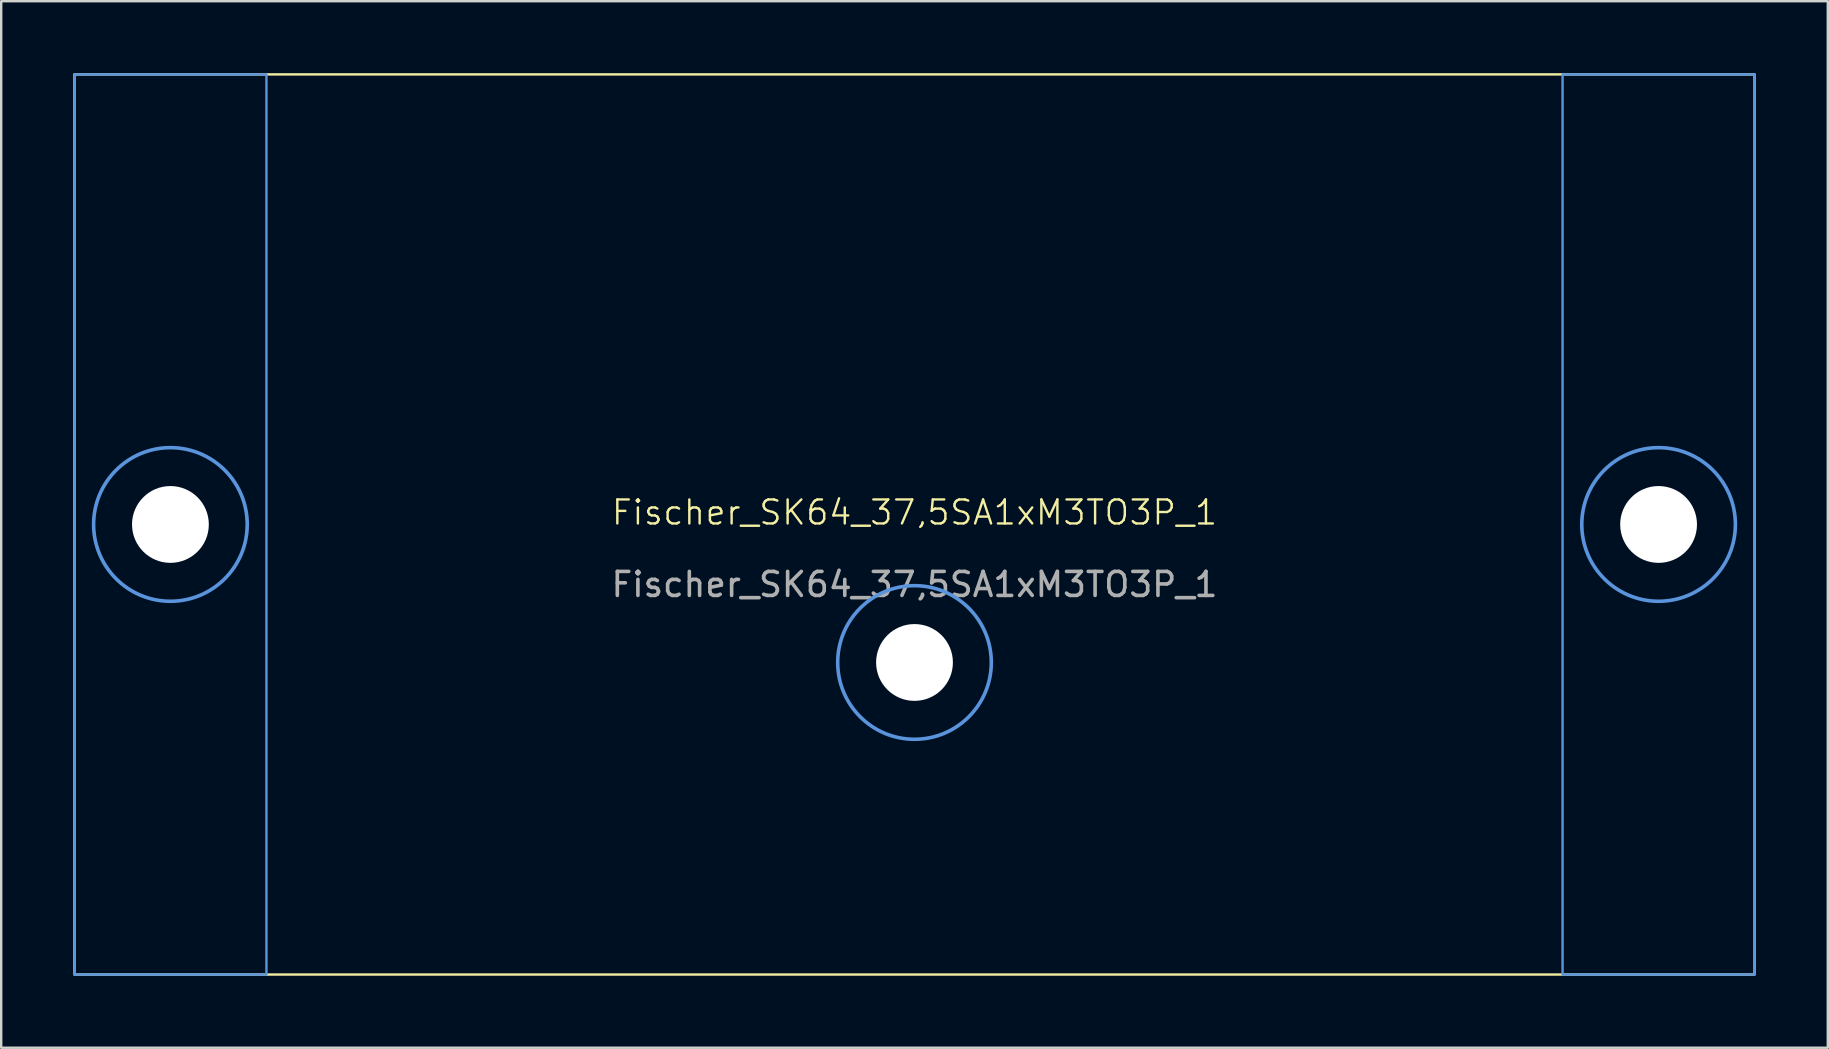
<source format=kicad_pcb>
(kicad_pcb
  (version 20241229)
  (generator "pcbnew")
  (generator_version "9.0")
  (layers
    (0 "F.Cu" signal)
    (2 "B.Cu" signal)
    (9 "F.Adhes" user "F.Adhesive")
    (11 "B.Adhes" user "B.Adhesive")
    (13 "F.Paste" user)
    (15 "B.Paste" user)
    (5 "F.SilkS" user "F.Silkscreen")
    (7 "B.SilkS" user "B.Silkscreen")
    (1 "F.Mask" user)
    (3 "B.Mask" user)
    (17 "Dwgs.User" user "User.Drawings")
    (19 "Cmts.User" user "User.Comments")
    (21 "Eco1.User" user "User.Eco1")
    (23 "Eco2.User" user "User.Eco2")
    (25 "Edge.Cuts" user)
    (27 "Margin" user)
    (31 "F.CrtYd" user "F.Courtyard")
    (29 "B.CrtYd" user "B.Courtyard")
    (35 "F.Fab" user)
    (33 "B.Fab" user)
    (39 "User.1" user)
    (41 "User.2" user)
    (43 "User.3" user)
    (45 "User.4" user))
  (footprint "Fischer_SK64_37,5SA1xM3TO3P_1"
    (layer "F.Cu")
    (at 35.05 18.8)
    (property "Reference" "Fischer_SK64_37,5SA1xM3TO3P_1" (at 0 -0.5 0) (unlocked yes) (layer "F.SilkS") (effects (font (size 1 1) (thickness 0.1))))
    (fp_rect (start -35 -18.75) (end 35 18.75) (stroke (width 0.1) (type solid)) (fill no) (layer "F.SilkS"))
    (fp_rect (start -35 -18.75) (end -27 18.75) (stroke (width 0.1) (type solid)) (fill no) (layer "Cmts.User"))
    (fp_rect (start 27 -18.75) (end 35 18.75) (stroke (width 0.1) (type solid)) (fill no) (layer "Cmts.User"))
    (fp_circle (center -31 0) (end -27.8 0) (stroke (width 0.15) (type solid)) (fill no) (layer "Cmts.User"))
    (fp_circle (center 0 5.75) (end 3.2 5.75) (stroke (width 0.15) (type solid)) (fill no) (layer "Cmts.User"))
    (fp_circle (center 31 0) (end 34.2 0) (stroke (width 0.15) (type solid)) (fill no) (layer "Cmts.User"))
    (fp_text user "${REFERENCE}" (at 0 2.5 0) (unlocked yes) (layer "F.Fab") (effects (font (size 1 1) (thickness 0.15))))
    (pad "" np_thru_hole circle (at -31 0) (size 3.2 3.2) (drill 3.2) (layers "*.Cu" "*.Mask"))
    (pad "" np_thru_hole circle (at 0 5.75) (size 3.2 3.2) (drill 3.2) (layers "*.Cu" "*.Mask"))
    (pad "" np_thru_hole circle (at 31 0) (size 3.2 3.2) (drill 3.2) (layers "*.Cu" "*.Mask"))
    (zone (net_name "") (layers "F.Cu" "B.Cu") (hatch edge 0.5) (connect_pads) (min_thickness 0.25) (filled_areas_thickness no) (keepout (tracks not_allowed) (vias not_allowed) (pads allowed) (copperpour not_allowed) (footprints allowed)) (placement (enabled no)) (fill) (polygon (pts (xy 7.245 18.621) (xy 7.205 18.264) (xy 7.125 17.914) (xy 7.006 17.575) (xy 6.851 17.252) (xy 6.66 16.948) (xy 6.436 16.668) (xy 6.182 16.414) (xy 5.902 16.19) (xy 5.598 15.999) (xy 5.275 15.844) (xy 4.936 15.725) (xy 4.586 15.645) (xy 4.229 15.605) (xy 3.871 15.605) (xy 3.514 15.645) (xy 3.164 15.725) (xy 2.825 15.844) (xy 2.502 15.999) (xy 2.198 16.19) (xy 1.918 16.414) (xy 1.664 16.668) (xy 1.44 16.948) (xy 1.249 17.252) (xy 1.094 17.575) (xy 0.975 17.914) (xy 0.895 18.264) (xy 0.855 18.621) (xy 0.855 18.979) (xy 0.895 19.336) (xy 0.975 19.686) (xy 1.094 20.025) (xy 1.249 20.348) (xy 1.44 20.652) (xy 1.664 20.932) (xy 1.918 21.186) (xy 2.198 21.41) (xy 2.502 21.601) (xy 2.825 21.756) (xy 3.164 21.875) (xy 3.514 21.955) (xy 3.871 21.995) (xy 4.229 21.995) (xy 4.586 21.955) (xy 4.936 21.875) (xy 5.275 21.756) (xy 5.598 21.601) (xy 5.902 21.41) (xy 6.182 21.186) (xy 6.436 20.932) (xy 6.66 20.652) (xy 6.851 20.348) (xy 7.006 20.025) (xy 7.125 19.686) (xy 7.205 19.336) (xy 7.245 18.979))))
    (zone (net_name "") (layers "F.Cu" "B.Cu") (hatch edge 0.5) (connect_pads) (min_thickness 0.25) (filled_areas_thickness no) (keepout (tracks not_allowed) (vias not_allowed) (pads allowed) (copperpour not_allowed) (footprints allowed)) (placement (enabled no)) (fill) (polygon (pts (xy 69.245 18.623) (xy 69.205 18.266) (xy 69.125 17.917) (xy 69.007 17.578) (xy 68.851 17.255) (xy 68.66 16.951) (xy 68.436 16.67) (xy 68.183 16.416) (xy 67.902 16.193) (xy 67.598 16.002) (xy 67.275 15.846) (xy 66.936 15.728) (xy 66.586 15.648) (xy 66.23 15.608) (xy 65.871 15.608) (xy 65.514 15.648) (xy 65.165 15.728) (xy 64.826 15.846) (xy 64.503 16.002) (xy 64.199 16.193) (xy 63.918 16.416) (xy 63.664 16.67) (xy 63.441 16.951) (xy 63.25 17.255) (xy 63.094 17.578) (xy 62.975 17.917) (xy 62.896 18.266) (xy 62.855 18.623) (xy 62.855 18.982) (xy 62.896 19.339) (xy 62.975 19.688) (xy 63.094 20.027) (xy 63.25 20.35) (xy 63.441 20.654) (xy 63.664 20.935) (xy 63.918 21.189) (xy 64.199 21.412) (xy 64.503 21.603) (xy 64.826 21.759) (xy 65.165 21.877) (xy 65.514 21.957) (xy 65.871 21.997) (xy 66.23 21.997) (xy 66.586 21.957) (xy 66.936 21.877) (xy 67.275 21.759) (xy 67.598 21.603) (xy 67.902 21.412) (xy 68.183 21.189) (xy 68.436 20.935) (xy 68.66 20.654) (xy 68.851 20.35) (xy 69.007 20.027) (xy 69.125 19.688) (xy 69.205 19.339) (xy 69.245 18.982))))
    (zone (net_name "") (layers "F.Cu" "F.Paste") (hatch edge 0.5) (connect_pads) (min_thickness 0.25) (filled_areas_thickness no) (keepout (tracks allowed) (vias not_allowed) (pads allowed) (copperpour allowed) (footprints not_allowed)) (placement (enabled no)) (fill) (polygon (pts (xy 8.05 0.05) (xy 8.05 37.549) (xy 0.05 37.55) (xy 0.05 0.05))))
    (zone (net_name "") (layers "F.Cu" "F.Paste") (hatch edge 0.5) (connect_pads) (min_thickness 0.25) (filled_areas_thickness no) (keepout (tracks allowed) (vias not_allowed) (pads allowed) (copperpour allowed) (footprints not_allowed)) (placement (enabled yes) (component_class "")) (fill) (polygon (pts (xy 70.05 0.05) (xy 70.05 37.549) (xy 62.05 37.55) (xy 62.05 0.05)))))
  (gr_rect
    (start -3 -3)
    (end 73.1 40.6)
    (stroke (width 0.1) (type default))
    (fill no)
    (layer "Edge.Cuts")))
</source>
